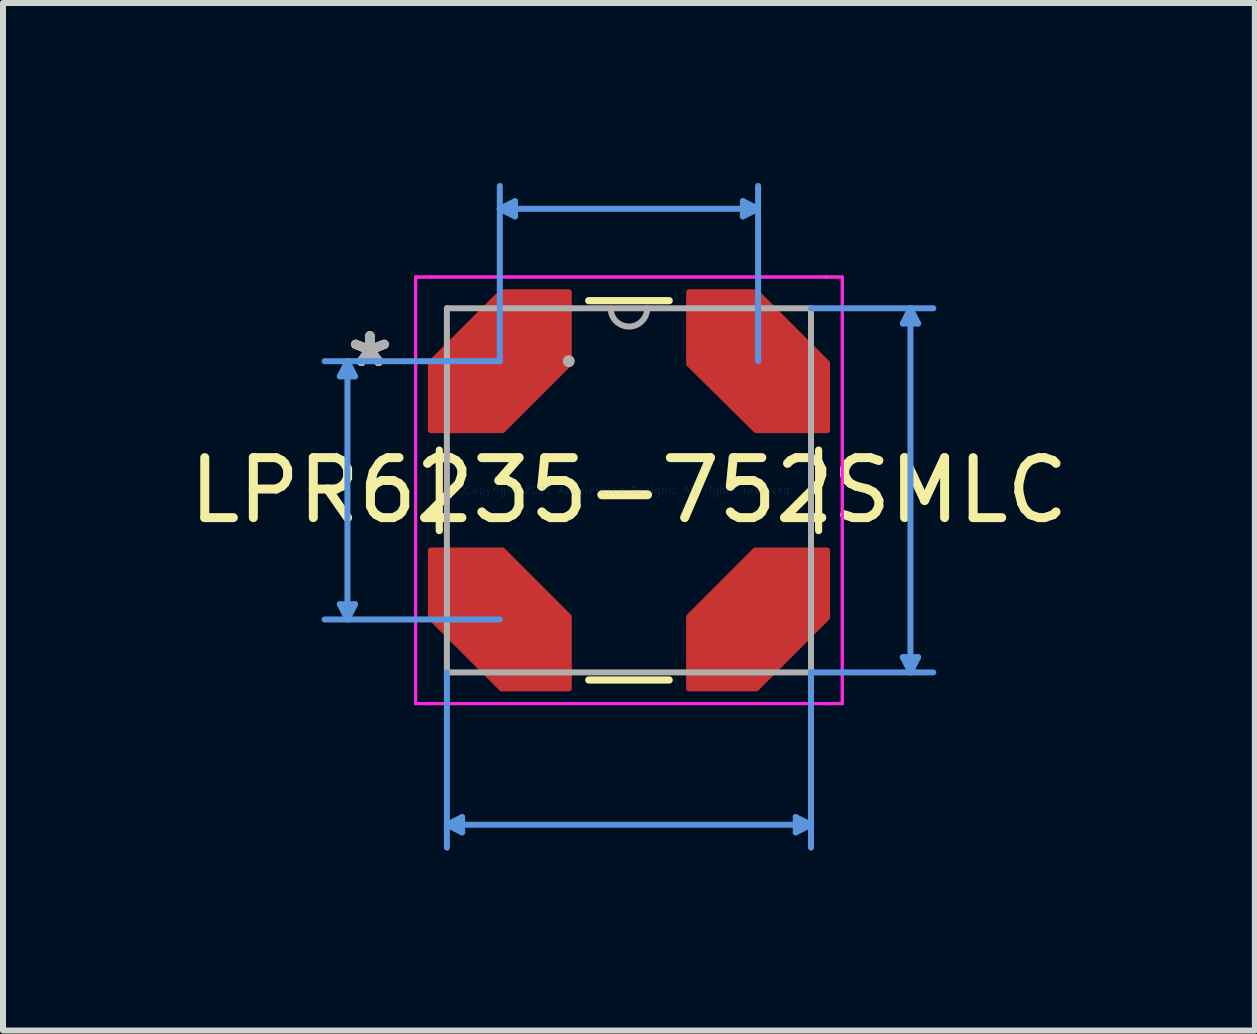
<source format=kicad_pcb>
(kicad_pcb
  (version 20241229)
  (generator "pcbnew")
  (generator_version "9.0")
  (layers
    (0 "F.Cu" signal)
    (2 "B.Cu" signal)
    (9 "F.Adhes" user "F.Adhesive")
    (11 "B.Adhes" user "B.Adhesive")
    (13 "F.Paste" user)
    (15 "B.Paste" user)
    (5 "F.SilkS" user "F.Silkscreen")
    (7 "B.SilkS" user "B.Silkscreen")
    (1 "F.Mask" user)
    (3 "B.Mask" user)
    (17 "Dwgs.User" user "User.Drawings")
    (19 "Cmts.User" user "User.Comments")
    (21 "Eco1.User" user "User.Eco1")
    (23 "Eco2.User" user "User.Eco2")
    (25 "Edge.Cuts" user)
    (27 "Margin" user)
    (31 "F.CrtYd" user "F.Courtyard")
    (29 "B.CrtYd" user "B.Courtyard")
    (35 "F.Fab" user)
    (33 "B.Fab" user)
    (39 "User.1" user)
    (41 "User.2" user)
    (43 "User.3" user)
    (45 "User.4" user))
  (footprint "LPR6235-752SMLC"
    (layer "F.Cu")
    (at 7.435 5.124)
    (property "Reference" "LPR6235-752SMLC" (at 0 0 0) (layer "F.SilkS") (effects (font (size 1 1) (thickness 0.15))))
    (attr through_hole)
    (fp_poly (pts (xy -3.302 -1.003) (xy -3.302 -2.121) (xy -2.121 -3.302) (xy -1.003 -3.302) (xy -1.003 -2.108) (xy -2.108 -1.003)) (stroke (width 0.1) (type solid)) (fill yes) (layer "F.Cu"))
    (fp_poly (pts (xy -3.302 1.003) (xy -3.302 2.121) (xy -2.121 3.302) (xy -1.003 3.302) (xy -1.003 2.108) (xy -2.108 1.003)) (stroke (width 0.1) (type solid)) (fill yes) (layer "F.Cu"))
    (fp_poly (pts (xy 3.302 -1.003) (xy 3.302 -2.121) (xy 2.121 -3.302) (xy 1.003 -3.302) (xy 1.003 -2.108) (xy 2.121 -1.003)) (stroke (width 0.1) (type solid)) (fill yes) (layer "F.Cu"))
    (fp_poly (pts (xy 3.302 1.003) (xy 3.302 2.121) (xy 2.121 3.302) (xy 1.003 3.302) (xy 1.003 2.108) (xy 2.108 1.003)) (stroke (width 0.1) (type solid)) (fill yes) (layer "F.Cu"))
    (fp_line (start -3.162 -0.671) (end -3.162 0.671) (stroke (width 0.12) (type solid)) (layer "F.SilkS"))
    (fp_line (start -0.671 3.162) (end 0.671 3.162) (stroke (width 0.12) (type solid)) (layer "F.SilkS"))
    (fp_line (start 0.671 -3.162) (end -0.671 -3.162) (stroke (width 0.12) (type solid)) (layer "F.SilkS"))
    (fp_line (start 3.162 0.671) (end 3.162 -0.671) (stroke (width 0.12) (type solid)) (layer "F.SilkS"))
    (fp_line (start -4.82 -1.899) (end -4.566 -1.899) (stroke (width 0.1) (type solid)) (layer "Cmts.User"))
    (fp_line (start -4.82 1.899) (end -4.566 1.899) (stroke (width 0.1) (type solid)) (layer "Cmts.User"))
    (fp_line (start -4.693 -2.153) (end -4.82 -1.899) (stroke (width 0.1) (type solid)) (layer "Cmts.User"))
    (fp_line (start -4.693 -2.153) (end -4.693 2.153) (stroke (width 0.1) (type solid)) (layer "Cmts.User"))
    (fp_line (start -4.693 -2.153) (end -4.566 -1.899) (stroke (width 0.1) (type solid)) (layer "Cmts.User"))
    (fp_line (start -4.693 2.153) (end -4.82 1.899) (stroke (width 0.1) (type solid)) (layer "Cmts.User"))
    (fp_line (start -4.693 2.153) (end -4.566 1.899) (stroke (width 0.1) (type solid)) (layer "Cmts.User"))
    (fp_line (start -3.035 3.035) (end -3.035 5.956) (stroke (width 0.1) (type solid)) (layer "Cmts.User"))
    (fp_line (start -3.035 5.575) (end -2.781 5.448) (stroke (width 0.1) (type solid)) (layer "Cmts.User"))
    (fp_line (start -3.035 5.575) (end -2.781 5.702) (stroke (width 0.1) (type solid)) (layer "Cmts.User"))
    (fp_line (start -3.035 5.575) (end 3.035 5.575) (stroke (width 0.1) (type solid)) (layer "Cmts.User"))
    (fp_line (start -2.781 5.448) (end -2.781 5.702) (stroke (width 0.1) (type solid)) (layer "Cmts.User"))
    (fp_line (start -2.153 -4.693) (end -1.899 -4.82) (stroke (width 0.1) (type solid)) (layer "Cmts.User"))
    (fp_line (start -2.153 -4.693) (end -1.899 -4.566) (stroke (width 0.1) (type solid)) (layer "Cmts.User"))
    (fp_line (start -2.153 -4.693) (end 2.153 -4.693) (stroke (width 0.1) (type solid)) (layer "Cmts.User"))
    (fp_line (start -2.153 -2.153) (end -5.074 -2.153) (stroke (width 0.1) (type solid)) (layer "Cmts.User"))
    (fp_line (start -2.153 -2.153) (end -2.153 -5.074) (stroke (width 0.1) (type solid)) (layer "Cmts.User"))
    (fp_line (start -2.153 2.153) (end -5.074 2.153) (stroke (width 0.1) (type solid)) (layer "Cmts.User"))
    (fp_line (start -1.899 -4.82) (end -1.899 -4.566) (stroke (width 0.1) (type solid)) (layer "Cmts.User"))
    (fp_line (start 1.899 -4.82) (end 1.899 -4.566) (stroke (width 0.1) (type solid)) (layer "Cmts.User"))
    (fp_line (start 2.153 -4.693) (end 1.899 -4.82) (stroke (width 0.1) (type solid)) (layer "Cmts.User"))
    (fp_line (start 2.153 -4.693) (end 1.899 -4.566) (stroke (width 0.1) (type solid)) (layer "Cmts.User"))
    (fp_line (start 2.153 -2.153) (end 2.153 -5.074) (stroke (width 0.1) (type solid)) (layer "Cmts.User"))
    (fp_line (start 2.781 5.448) (end 2.781 5.702) (stroke (width 0.1) (type solid)) (layer "Cmts.User"))
    (fp_line (start 3.035 -3.035) (end 5.074 -3.035) (stroke (width 0.1) (type solid)) (layer "Cmts.User"))
    (fp_line (start 3.035 3.035) (end 3.035 5.956) (stroke (width 0.1) (type solid)) (layer "Cmts.User"))
    (fp_line (start 3.035 3.035) (end 5.074 3.035) (stroke (width 0.1) (type solid)) (layer "Cmts.User"))
    (fp_line (start 3.035 5.575) (end 2.781 5.448) (stroke (width 0.1) (type solid)) (layer "Cmts.User"))
    (fp_line (start 3.035 5.575) (end 2.781 5.702) (stroke (width 0.1) (type solid)) (layer "Cmts.User"))
    (fp_line (start 4.566 -2.781) (end 4.82 -2.781) (stroke (width 0.1) (type solid)) (layer "Cmts.User"))
    (fp_line (start 4.566 2.781) (end 4.82 2.781) (stroke (width 0.1) (type solid)) (layer "Cmts.User"))
    (fp_line (start 4.693 -3.035) (end 4.566 -2.781) (stroke (width 0.1) (type solid)) (layer "Cmts.User"))
    (fp_line (start 4.693 -3.035) (end 4.693 3.035) (stroke (width 0.1) (type solid)) (layer "Cmts.User"))
    (fp_line (start 4.693 -3.035) (end 4.82 -2.781) (stroke (width 0.1) (type solid)) (layer "Cmts.User"))
    (fp_line (start 4.693 3.035) (end 4.566 2.781) (stroke (width 0.1) (type solid)) (layer "Cmts.User"))
    (fp_line (start 4.693 3.035) (end 4.82 2.781) (stroke (width 0.1) (type solid)) (layer "Cmts.User"))
    (fp_line (start -3.556 -3.556) (end -3.289 -3.556) (stroke (width 0.05) (type solid)) (layer "F.CrtYd"))
    (fp_line (start -3.556 -3.556) (end -3.289 -3.556) (stroke (width 0.05) (type solid)) (layer "F.CrtYd"))
    (fp_line (start -3.556 3.556) (end -3.556 -3.556) (stroke (width 0.05) (type solid)) (layer "F.CrtYd"))
    (fp_line (start -3.556 3.556) (end -3.556 -3.556) (stroke (width 0.05) (type solid)) (layer "F.CrtYd"))
    (fp_line (start -3.556 3.556) (end -3.289 3.556) (stroke (width 0.05) (type solid)) (layer "F.CrtYd"))
    (fp_line (start -3.289 -3.556) (end -3.289 -3.556) (stroke (width 0.05) (type solid)) (layer "F.CrtYd"))
    (fp_line (start -3.289 -3.556) (end -3.289 -3.556) (stroke (width 0.05) (type solid)) (layer "F.CrtYd"))
    (fp_line (start -3.289 -3.556) (end 3.289 -3.556) (stroke (width 0.05) (type solid)) (layer "F.CrtYd"))
    (fp_line (start -3.289 -3.556) (end 3.289 -3.556) (stroke (width 0.05) (type solid)) (layer "F.CrtYd"))
    (fp_line (start -3.289 3.556) (end -3.556 3.556) (stroke (width 0.05) (type solid)) (layer "F.CrtYd"))
    (fp_line (start -3.289 3.556) (end -3.289 3.556) (stroke (width 0.05) (type solid)) (layer "F.CrtYd"))
    (fp_line (start -3.289 3.556) (end -3.289 3.556) (stroke (width 0.05) (type solid)) (layer "F.CrtYd"))
    (fp_line (start 3.289 -3.556) (end 3.289 -3.556) (stroke (width 0.05) (type solid)) (layer "F.CrtYd"))
    (fp_line (start 3.289 -3.556) (end 3.289 -3.556) (stroke (width 0.05) (type solid)) (layer "F.CrtYd"))
    (fp_line (start 3.289 -3.556) (end 3.556 -3.556) (stroke (width 0.05) (type solid)) (layer "F.CrtYd"))
    (fp_line (start 3.289 3.556) (end -3.289 3.556) (stroke (width 0.05) (type solid)) (layer "F.CrtYd"))
    (fp_line (start 3.289 3.556) (end -3.289 3.556) (stroke (width 0.05) (type solid)) (layer "F.CrtYd"))
    (fp_line (start 3.289 3.556) (end 3.289 3.556) (stroke (width 0.05) (type solid)) (layer "F.CrtYd"))
    (fp_line (start 3.289 3.556) (end 3.289 3.556) (stroke (width 0.05) (type solid)) (layer "F.CrtYd"))
    (fp_line (start 3.556 -3.556) (end 3.289 -3.556) (stroke (width 0.05) (type solid)) (layer "F.CrtYd"))
    (fp_line (start 3.556 -3.556) (end 3.556 3.556) (stroke (width 0.05) (type solid)) (layer "F.CrtYd"))
    (fp_line (start 3.556 -3.556) (end 3.556 3.556) (stroke (width 0.05) (type solid)) (layer "F.CrtYd"))
    (fp_line (start 3.556 3.556) (end 3.289 3.556) (stroke (width 0.05) (type solid)) (layer "F.CrtYd"))
    (fp_line (start 3.556 3.556) (end 3.289 3.556) (stroke (width 0.05) (type solid)) (layer "F.CrtYd"))
    (fp_line (start -3.035 -3.035) (end -3.035 3.035) (stroke (width 0.1) (type solid)) (layer "F.Fab"))
    (fp_line (start -3.035 3.035) (end 3.035 3.035) (stroke (width 0.1) (type solid)) (layer "F.Fab"))
    (fp_line (start 3.035 -3.035) (end -3.035 -3.035) (stroke (width 0.1) (type solid)) (layer "F.Fab"))
    (fp_line (start 3.035 3.035) (end 3.035 -3.035) (stroke (width 0.1) (type solid)) (layer "F.Fab"))
    (fp_arc (start 0.3048 -3.0353) (mid 0 -2.7305) (end -0.3048 -3.0353) (stroke (width 0.1) (type solid)) (layer "F.Fab"))
    (fp_circle (center -1.003 -2.153) (end -1.003 -2.153) (stroke (width 0.1) (type solid)) (fill no) (layer "F.Fab"))
    (fp_text user "*" (at -4.318 -2.032 0) (layer "F.SilkS") (effects (font (size 1 1) (thickness 0.15))))
    (fp_text user "*" (at -4.318 -2.032 0) (layer "F.SilkS") (effects (font (size 1 1) (thickness 0.15))))
    (fp_text user "*" (at -4.318 -2.032 0) (layer "B.SilkS") (effects (font (size 1 1) (thickness 0.15))))
    (fp_text user "Copyright 2021 Accelerated Designs. All rights reserved." (at 0 0 0) (layer "Cmts.User") (effects (font (size 0.127 0.127) (thickness 0.002))))
    (fp_text user "*" (at -4.318 -2.032 0) (layer "F.Fab") (effects (font (size 1 1) (thickness 0.15))))
    (fp_text user "*" (at -4.318 -2.032 0) (layer "F.Fab") (effects (font (size 1 1) (thickness 0.15))))
    (pad "1" smd rect (at -2.153 -2.153) (size 0.051 0.051) (layers "F.Cu" "F.Mask" "F.Paste"))
    (pad "2" smd rect (at -2.153 2.153) (size 0.051 0.051) (layers "F.Cu" "F.Mask" "F.Paste"))
    (pad "3" smd rect (at 2.153 2.153) (size 0.051 0.051) (layers "F.Cu" "F.Mask" "F.Paste"))
    (pad "4" smd rect (at 2.153 -2.153) (size 0.051 0.051) (layers "F.Cu" "F.Mask" "F.Paste")))
  (gr_rect
    (start -3 -3)
    (end 17.869 14.13)
    (stroke (width 0.1) (type default))
    (fill no)
    (layer "Edge.Cuts")))
</source>
